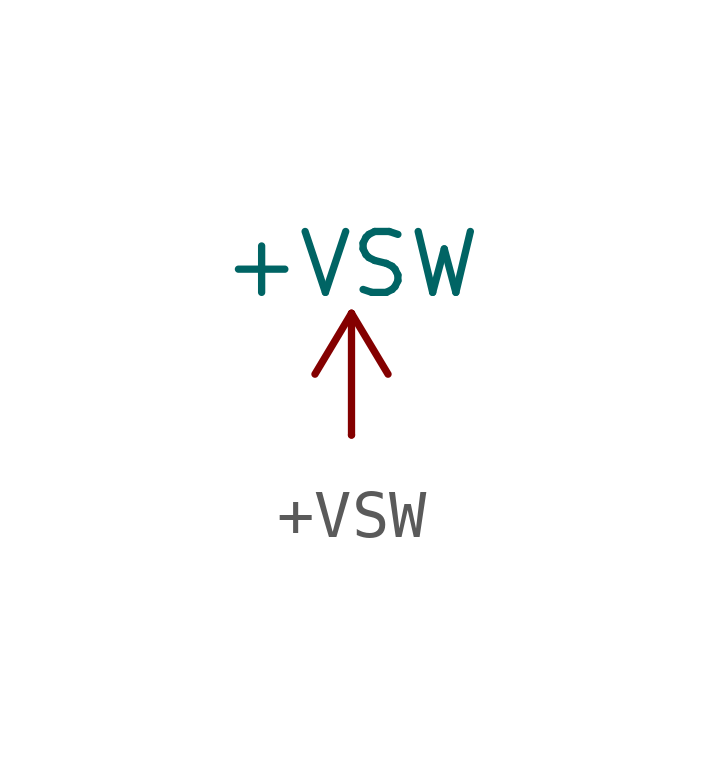
<source format=kicad_sym>
(kicad_symbol_lib
  (version 20241209)
  (generator "kicad_symbol_editor")
  (generator_version "9.0")
  (symbol "+VSW"
    (power)
    (pin_numbers
      (hide yes))
    (pin_names
      (offset 0)
      (hide yes))
    (property "Reference" "#PWR"
      (at 0 -3.81 0)
      (effects (font (size 1.27 1.27)) (hide yes)))
    (property "Value" "+VSW"
      (at 0 3.556 0)
      (effects (font (size 1.27 1.27))))
    (symbol "+VSW_0_1"
      (polyline (pts (xy -0.762 1.27) (xy 0 2.54)) (stroke (width 0) (type default)) (fill (type none)))
      (polyline (pts (xy 0 2.54) (xy 0.762 1.27)) (stroke (width 0) (type default)) (fill (type none)))
      (polyline (pts (xy 0 0) (xy 0 2.54)) (stroke (width 0) (type default)) (fill (type none))))
    (symbol "+VSW_1_1"
      (pin power_in line (at 0 0 90) (length 0) (name "~" (effects (font (size 1.27 1.27)))) (number "1" (effects (font (size 1.27 1.27))))))))
</source>
